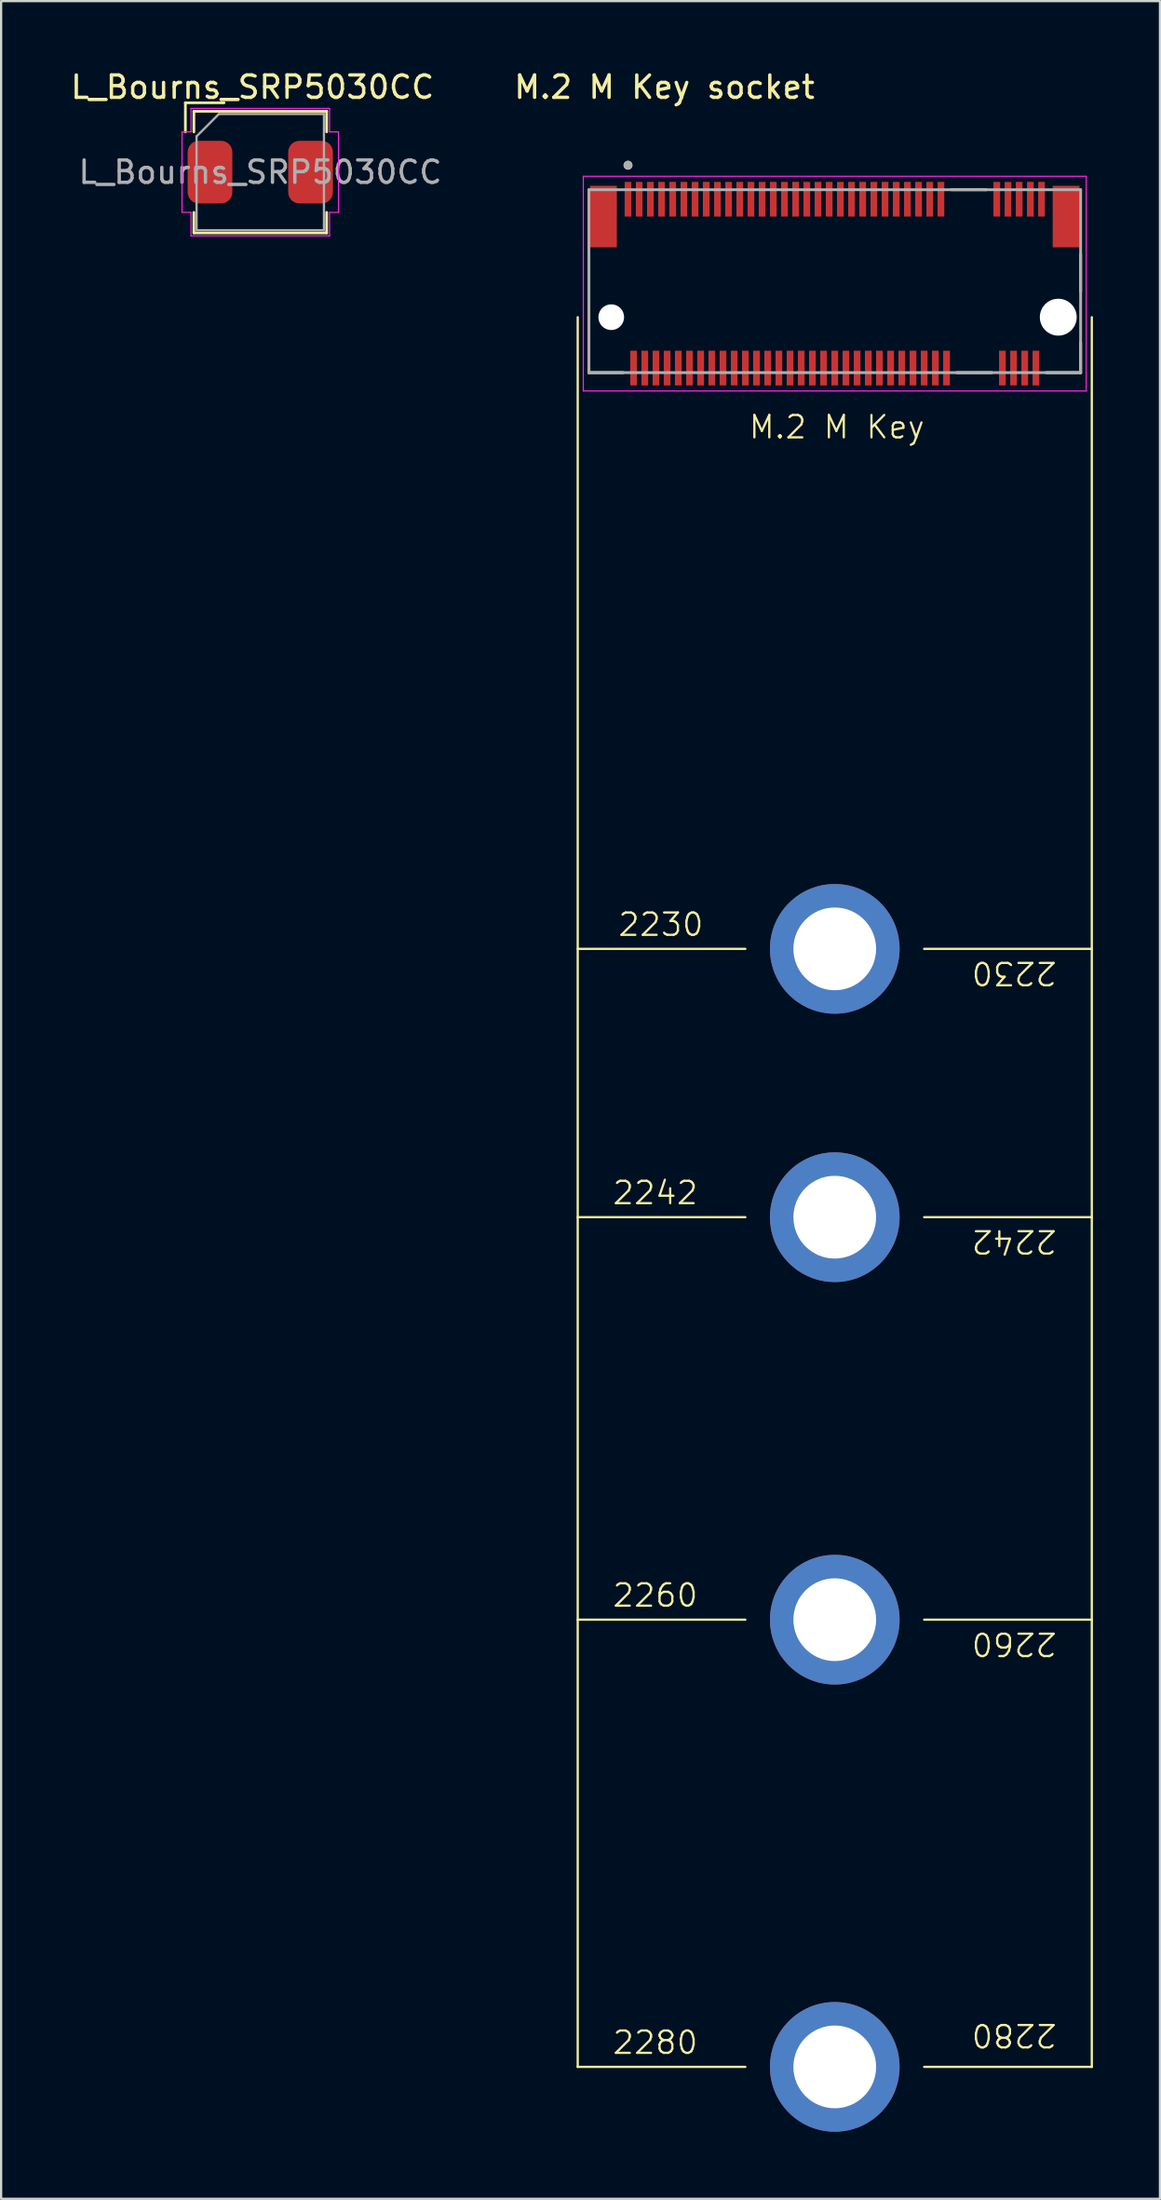
<source format=kicad_pcb>
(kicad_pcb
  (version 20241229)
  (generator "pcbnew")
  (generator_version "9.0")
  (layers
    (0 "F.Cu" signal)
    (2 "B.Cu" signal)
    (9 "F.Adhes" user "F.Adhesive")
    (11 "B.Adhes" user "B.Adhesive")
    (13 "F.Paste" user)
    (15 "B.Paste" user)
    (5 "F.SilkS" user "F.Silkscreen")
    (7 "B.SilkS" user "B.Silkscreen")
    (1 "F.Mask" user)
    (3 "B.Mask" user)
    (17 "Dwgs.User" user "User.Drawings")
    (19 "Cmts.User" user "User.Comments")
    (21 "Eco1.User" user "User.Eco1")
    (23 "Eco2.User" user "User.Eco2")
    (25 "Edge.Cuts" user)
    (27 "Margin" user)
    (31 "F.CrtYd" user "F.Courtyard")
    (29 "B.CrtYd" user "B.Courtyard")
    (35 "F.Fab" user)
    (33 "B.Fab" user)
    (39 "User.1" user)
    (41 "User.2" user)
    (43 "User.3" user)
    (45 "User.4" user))
  (footprint "L_Bourns_SRP5030CC"
    (layer "F.Cu")
    (at 8.594 4.648)
    (property "Reference" "L_Bourns_SRP5030CC" (at -0.35 -3.8 0) (layer "F.SilkS") (effects (font (size 1 1) (thickness 0.15))))
    (attr smd)
    (fp_line (start -3.35 -3.1) (end -1.62 -3.1) (stroke (width 0.12) (type solid)) (layer "F.SilkS"))
    (fp_line (start -3.35 -1.8) (end -3.35 -3.1) (stroke (width 0.12) (type solid)) (layer "F.SilkS"))
    (fp_line (start -2.97 -2.72) (end -2.97 -1.8) (stroke (width 0.12) (type solid)) (layer "F.SilkS"))
    (fp_line (start -2.97 -2.72) (end 2.97 -2.72) (stroke (width 0.12) (type solid)) (layer "F.SilkS"))
    (fp_line (start -2.97 1.8) (end -2.97 2.72) (stroke (width 0.12) (type solid)) (layer "F.SilkS"))
    (fp_line (start -2.97 2.72) (end 2.97 2.72) (stroke (width 0.12) (type solid)) (layer "F.SilkS"))
    (fp_line (start 2.97 -2.72) (end 2.97 -1.8) (stroke (width 0.12) (type solid)) (layer "F.SilkS"))
    (fp_line (start 2.97 1.8) (end 2.97 2.72) (stroke (width 0.12) (type solid)) (layer "F.SilkS"))
    (fp_line (start -3.5 -1.8) (end -3.1 -1.8) (stroke (width 0.05) (type default)) (layer "F.CrtYd"))
    (fp_line (start -3.5 1.8) (end -3.5 -1.8) (stroke (width 0.05) (type default)) (layer "F.CrtYd"))
    (fp_line (start -3.1 -2.85) (end -3.1 -1.8) (stroke (width 0.05) (type solid)) (layer "F.CrtYd"))
    (fp_line (start -3.1 -2.85) (end 3.1 -2.85) (stroke (width 0.05) (type solid)) (layer "F.CrtYd"))
    (fp_line (start -3.1 1.8) (end -3.5 1.8) (stroke (width 0.05) (type default)) (layer "F.CrtYd"))
    (fp_line (start -3.1 1.8) (end -3.1 2.85) (stroke (width 0.05) (type solid)) (layer "F.CrtYd"))
    (fp_line (start -3.1 2.85) (end 3.1 2.85) (stroke (width 0.05) (type solid)) (layer "F.CrtYd"))
    (fp_line (start 3.1 -2.85) (end 3.1 -1.8) (stroke (width 0.05) (type solid)) (layer "F.CrtYd"))
    (fp_line (start 3.1 -1.8) (end 3.5 -1.8) (stroke (width 0.05) (type default)) (layer "F.CrtYd"))
    (fp_line (start 3.1 1.8) (end 3.1 2.85) (stroke (width 0.05) (type solid)) (layer "F.CrtYd"))
    (fp_line (start 3.5 -1.8) (end 3.5 1.8) (stroke (width 0.05) (type default)) (layer "F.CrtYd"))
    (fp_line (start 3.5 1.8) (end 3.1 1.8) (stroke (width 0.05) (type default)) (layer "F.CrtYd"))
    (fp_line (start -2.85 -1.6) (end -1.85 -2.6) (stroke (width 0.1) (type solid)) (layer "F.Fab"))
    (fp_line (start -2.85 2.6) (end -2.85 -1.6) (stroke (width 0.1) (type solid)) (layer "F.Fab"))
    (fp_line (start -1.85 -2.6) (end 2.85 -2.6) (stroke (width 0.1) (type solid)) (layer "F.Fab"))
    (fp_line (start 2.85 -2.6) (end 2.85 2.6) (stroke (width 0.1) (type solid)) (layer "F.Fab"))
    (fp_line (start 2.85 2.6) (end -2.85 2.6) (stroke (width 0.1) (type solid)) (layer "F.Fab"))
    (fp_text user "${REFERENCE}" (at 0 0 0) (layer "F.Fab") (effects (font (size 1 1) (thickness 0.15))))
    (pad "1" smd roundrect (at -2.25 0) (size 2 2.8) (layers "F.Cu" "F.Mask" "F.Paste") (roundrect_rratio 0.25))
    (pad "2" smd roundrect (at 2.25 0) (size 2 2.8) (layers "F.Cu" "F.Mask" "F.Paste") (roundrect_rratio 0.25)))
  (footprint "M.2 M Key socket"
    (layer "F.Cu")
    (at 34.297 11.135)
    (property "Reference" "M.2 M Key socket" (at -7.62 -10.287 0) (layer "F.SilkS") (effects (font (size 1 1) (thickness 0.15))))
    (fp_line (start -11.5 0) (end -11.5 78.25) (stroke (width 0.1) (type default)) (layer "F.SilkS"))
    (fp_line (start -11.5 28.25) (end -4 28.25) (stroke (width 0.1) (type default)) (layer "F.SilkS"))
    (fp_line (start -11.5 40.25) (end -4 40.25) (stroke (width 0.1) (type default)) (layer "F.SilkS"))
    (fp_line (start -11.5 58.25) (end -4 58.25) (stroke (width 0.1) (type default)) (layer "F.SilkS"))
    (fp_line (start -11.5 78.25) (end -4 78.25) (stroke (width 0.1) (type default)) (layer "F.SilkS"))
    (fp_line (start -11 2.48) (end -11 -2.805) (stroke (width 0.127) (type solid)) (layer "F.SilkS"))
    (fp_line (start -9.47 2.48) (end -11 2.48) (stroke (width 0.127) (type solid)) (layer "F.SilkS"))
    (fp_line (start 4 28.25) (end 11.5 28.25) (stroke (width 0.1) (type default)) (layer "F.SilkS"))
    (fp_line (start 4 40.25) (end 11.5 40.25) (stroke (width 0.1) (type default)) (layer "F.SilkS"))
    (fp_line (start 4 58.25) (end 11.5 58.25) (stroke (width 0.1) (type default)) (layer "F.SilkS"))
    (fp_line (start 4 78.25) (end 11.5 78.25) (stroke (width 0.1) (type default)) (layer "F.SilkS"))
    (fp_line (start 5.213 -5.7) (end 6.777 -5.7) (stroke (width 0.127) (type solid)) (layer "F.SilkS"))
    (fp_line (start 5.463 2.48) (end 7.027 2.48) (stroke (width 0.127) (type solid)) (layer "F.SilkS"))
    (fp_line (start 11 -2.805) (end 11 -1.145) (stroke (width 0.127) (type solid)) (layer "F.SilkS"))
    (fp_line (start 11 2.48) (end 9.47 2.48) (stroke (width 0.127) (type solid)) (layer "F.SilkS"))
    (fp_line (start 11 2.48) (end 11 1.145) (stroke (width 0.127) (type solid)) (layer "F.SilkS"))
    (fp_line (start 11.5 78.25) (end 11.5 0) (stroke (width 0.1) (type default)) (layer "F.SilkS"))
    (fp_circle (center -9.25 -6.796) (end -9.15 -6.796) (stroke (width 0.2) (type solid)) (fill no) (layer "F.SilkS"))
    (fp_line (start -11.25 -6.3) (end -11.25 3.3) (stroke (width 0.05) (type solid)) (layer "F.CrtYd"))
    (fp_line (start -11.25 3.3) (end 11.25 3.3) (stroke (width 0.05) (type solid)) (layer "F.CrtYd"))
    (fp_line (start 11.25 -6.3) (end -11.25 -6.3) (stroke (width 0.05) (type solid)) (layer "F.CrtYd"))
    (fp_line (start 11.25 3.3) (end 11.25 -6.3) (stroke (width 0.05) (type solid)) (layer "F.CrtYd"))
    (fp_line (start -11 -5.7) (end 11 -5.7) (stroke (width 0.127) (type solid)) (layer "F.Fab"))
    (fp_line (start -11 2.48) (end -11 -5.7) (stroke (width 0.127) (type solid)) (layer "F.Fab"))
    (fp_line (start 11 -5.7) (end 11 2.48) (stroke (width 0.127) (type solid)) (layer "F.Fab"))
    (fp_line (start 11 2.48) (end -11 2.48) (stroke (width 0.127) (type solid)) (layer "F.Fab"))
    (fp_circle (center -9.25 -6.796) (end -9.15 -6.796) (stroke (width 0.2) (type solid)) (fill no) (layer "F.Fab"))
    (fp_text user "2230" (at 10 28.75 180) (unlocked yes) (layer "F.SilkS") (effects (font (size 1 1) (thickness 0.1)) (justify left bottom)))
    (fp_text user "2230" (at -9.75 27.75 0) (unlocked yes) (layer "F.SilkS") (effects (font (size 1 1) (thickness 0.1)) (justify left bottom)))
    (fp_text user "2260" (at 10 58.75 180) (unlocked yes) (layer "F.SilkS") (effects (font (size 1 1) (thickness 0.1)) (justify left bottom)))
    (fp_text user "2280" (at 10 76.25 180) (unlocked yes) (layer "F.SilkS") (effects (font (size 1 1) (thickness 0.1)) (justify left bottom)))
    (fp_text user "2260" (at -10 57.75 0) (unlocked yes) (layer "F.SilkS") (effects (font (size 1 1) (thickness 0.1)) (justify left bottom)))
    (fp_text user "2280" (at -10 77.75 0) (unlocked yes) (layer "F.SilkS") (effects (font (size 1 1) (thickness 0.1)) (justify left bottom)))
    (fp_text user "2242" (at 10 40.75 180) (unlocked yes) (layer "F.SilkS") (effects (font (size 1 1) (thickness 0.1)) (justify left bottom)))
    (fp_text user "M.2 M Key" (at -3.9 5.5 0) (unlocked yes) (layer "F.SilkS") (effects (font (size 1 1) (thickness 0.1)) (justify left bottom)))
    (fp_text user "2242" (at -10 39.75 0) (unlocked yes) (layer "F.SilkS") (effects (font (size 1 1) (thickness 0.1)) (justify left bottom)))
    (pad "" np_thru_hole circle (at -10 0) (size 1.15 1.15) (drill 1.15) (layers "*.Cu" "*.Mask"))
    (pad "" np_thru_hole circle (at 10 0) (size 1.65 1.65) (drill 1.65) (layers "*.Cu" "*.Mask"))
    (pad "1" smd rect (at -9.25 -5.275) (size 0.3 1.55) (layers "F.Cu" "F.Mask" "F.Paste"))
    (pad "2" smd rect (at -9 2.275) (size 0.3 1.55) (layers "F.Cu" "F.Mask" "F.Paste"))
    (pad "3" smd rect (at -8.75 -5.275) (size 0.3 1.55) (layers "F.Cu" "F.Mask" "F.Paste"))
    (pad "4" smd rect (at -8.5 2.275) (size 0.3 1.55) (layers "F.Cu" "F.Mask" "F.Paste"))
    (pad "5" smd rect (at -8.25 -5.275) (size 0.3 1.55) (layers "F.Cu" "F.Mask" "F.Paste"))
    (pad "6" smd rect (at -8 2.275) (size 0.3 1.55) (layers "F.Cu" "F.Mask" "F.Paste"))
    (pad "7" smd rect (at -7.75 -5.275) (size 0.3 1.55) (layers "F.Cu" "F.Mask" "F.Paste"))
    (pad "8" smd rect (at -7.5 2.275) (size 0.3 1.55) (layers "F.Cu" "F.Mask" "F.Paste"))
    (pad "9" smd rect (at -7.25 -5.275) (size 0.3 1.55) (layers "F.Cu" "F.Mask" "F.Paste"))
    (pad "10" smd rect (at -7 2.275) (size 0.3 1.55) (layers "F.Cu" "F.Mask" "F.Paste"))
    (pad "11" smd rect (at -6.75 -5.275) (size 0.3 1.55) (layers "F.Cu" "F.Mask" "F.Paste"))
    (pad "12" smd rect (at -6.5 2.275) (size 0.3 1.55) (layers "F.Cu" "F.Mask" "F.Paste"))
    (pad "13" smd rect (at -6.25 -5.275) (size 0.3 1.55) (layers "F.Cu" "F.Mask" "F.Paste"))
    (pad "14" smd rect (at -6 2.275) (size 0.3 1.55) (layers "F.Cu" "F.Mask" "F.Paste"))
    (pad "15" smd rect (at -5.75 -5.275) (size 0.3 1.55) (layers "F.Cu" "F.Mask" "F.Paste"))
    (pad "16" smd rect (at -5.5 2.275) (size 0.3 1.55) (layers "F.Cu" "F.Mask" "F.Paste"))
    (pad "17" smd rect (at -5.25 -5.275) (size 0.3 1.55) (layers "F.Cu" "F.Mask" "F.Paste"))
    (pad "18" smd rect (at -5 2.275) (size 0.3 1.55) (layers "F.Cu" "F.Mask" "F.Paste"))
    (pad "19" smd rect (at -4.75 -5.275) (size 0.3 1.55) (layers "F.Cu" "F.Mask" "F.Paste"))
    (pad "20" smd rect (at -4.5 2.275) (size 0.3 1.55) (layers "F.Cu" "F.Mask" "F.Paste"))
    (pad "21" smd rect (at -4.25 -5.275) (size 0.3 1.55) (layers "F.Cu" "F.Mask" "F.Paste"))
    (pad "22" smd rect (at -4 2.275) (size 0.3 1.55) (layers "F.Cu" "F.Mask" "F.Paste"))
    (pad "23" smd rect (at -3.75 -5.275) (size 0.3 1.55) (layers "F.Cu" "F.Mask" "F.Paste"))
    (pad "24" smd rect (at -3.5 2.275) (size 0.3 1.55) (layers "F.Cu" "F.Mask" "F.Paste"))
    (pad "25" smd rect (at -3.25 -5.275) (size 0.3 1.55) (layers "F.Cu" "F.Mask" "F.Paste"))
    (pad "26" smd rect (at -3 2.275) (size 0.3 1.55) (layers "F.Cu" "F.Mask" "F.Paste"))
    (pad "27" smd rect (at -2.75 -5.275) (size 0.3 1.55) (layers "F.Cu" "F.Mask" "F.Paste"))
    (pad "28" smd rect (at -2.5 2.275) (size 0.3 1.55) (layers "F.Cu" "F.Mask" "F.Paste"))
    (pad "29" smd rect (at -2.25 -5.275) (size 0.3 1.55) (layers "F.Cu" "F.Mask" "F.Paste"))
    (pad "30" smd rect (at -2 2.275) (size 0.3 1.55) (layers "F.Cu" "F.Mask" "F.Paste"))
    (pad "31" smd rect (at -1.75 -5.275) (size 0.3 1.55) (layers "F.Cu" "F.Mask" "F.Paste"))
    (pad "32" smd rect (at -1.5 2.275) (size 0.3 1.55) (layers "F.Cu" "F.Mask" "F.Paste"))
    (pad "33" smd rect (at -1.25 -5.275) (size 0.3 1.55) (layers "F.Cu" "F.Mask" "F.Paste"))
    (pad "34" smd rect (at -1 2.275) (size 0.3 1.55) (layers "F.Cu" "F.Mask" "F.Paste"))
    (pad "35" smd rect (at -0.75 -5.275) (size 0.3 1.55) (layers "F.Cu" "F.Mask" "F.Paste"))
    (pad "36" smd rect (at -0.5 2.275) (size 0.3 1.55) (layers "F.Cu" "F.Mask" "F.Paste"))
    (pad "37" smd rect (at -0.25 -5.275) (size 0.3 1.55) (layers "F.Cu" "F.Mask" "F.Paste"))
    (pad "38" smd rect (at 0 2.275) (size 0.3 1.55) (layers "F.Cu" "F.Mask" "F.Paste"))
    (pad "39" smd rect (at 0.25 -5.275) (size 0.3 1.55) (layers "F.Cu" "F.Mask" "F.Paste"))
    (pad "40" smd rect (at 0.5 2.275) (size 0.3 1.55) (layers "F.Cu" "F.Mask" "F.Paste"))
    (pad "41" smd rect (at 0.75 -5.275) (size 0.3 1.55) (layers "F.Cu" "F.Mask" "F.Paste"))
    (pad "42" smd rect (at 1 2.275) (size 0.3 1.55) (layers "F.Cu" "F.Mask" "F.Paste"))
    (pad "43" smd rect (at 1.25 -5.275) (size 0.3 1.55) (layers "F.Cu" "F.Mask" "F.Paste"))
    (pad "44" smd rect (at 1.5 2.275) (size 0.3 1.55) (layers "F.Cu" "F.Mask" "F.Paste"))
    (pad "45" smd rect (at 1.75 -5.275) (size 0.3 1.55) (layers "F.Cu" "F.Mask" "F.Paste"))
    (pad "46" smd rect (at 2 2.275) (size 0.3 1.55) (layers "F.Cu" "F.Mask" "F.Paste"))
    (pad "47" smd rect (at 2.25 -5.275) (size 0.3 1.55) (layers "F.Cu" "F.Mask" "F.Paste"))
    (pad "48" smd rect (at 2.5 2.275) (size 0.3 1.55) (layers "F.Cu" "F.Mask" "F.Paste"))
    (pad "49" smd rect (at 2.75 -5.275) (size 0.3 1.55) (layers "F.Cu" "F.Mask" "F.Paste"))
    (pad "50" smd rect (at 3 2.275) (size 0.3 1.55) (layers "F.Cu" "F.Mask" "F.Paste"))
    (pad "51" smd rect (at 3.25 -5.275) (size 0.3 1.55) (layers "F.Cu" "F.Mask" "F.Paste"))
    (pad "52" smd rect (at 3.5 2.275) (size 0.3 1.55) (layers "F.Cu" "F.Mask" "F.Paste"))
    (pad "53" smd rect (at 3.75 -5.275) (size 0.3 1.55) (layers "F.Cu" "F.Mask" "F.Paste"))
    (pad "54" smd rect (at 4 2.275) (size 0.3 1.55) (layers "F.Cu" "F.Mask" "F.Paste"))
    (pad "55" smd rect (at 4.25 -5.275) (size 0.3 1.55) (layers "F.Cu" "F.Mask" "F.Paste"))
    (pad "56" smd rect (at 4.5 2.275) (size 0.3 1.55) (layers "F.Cu" "F.Mask" "F.Paste"))
    (pad "57" smd rect (at 4.75 -5.275) (size 0.3 1.55) (layers "F.Cu" "F.Mask" "F.Paste"))
    (pad "58" smd rect (at 5 2.275) (size 0.3 1.55) (layers "F.Cu" "F.Mask" "F.Paste"))
    (pad "67" smd rect (at 7.25 -5.275) (size 0.3 1.55) (layers "F.Cu" "F.Mask" "F.Paste"))
    (pad "68" smd rect (at 7.5 2.275) (size 0.3 1.55) (layers "F.Cu" "F.Mask" "F.Paste"))
    (pad "69" smd rect (at 7.75 -5.275) (size 0.3 1.55) (layers "F.Cu" "F.Mask" "F.Paste"))
    (pad "70" smd rect (at 8 2.275) (size 0.3 1.55) (layers "F.Cu" "F.Mask" "F.Paste"))
    (pad "71" smd rect (at 8.25 -5.275) (size 0.3 1.55) (layers "F.Cu" "F.Mask" "F.Paste"))
    (pad "72" smd rect (at 8.5 2.275) (size 0.3 1.55) (layers "F.Cu" "F.Mask" "F.Paste"))
    (pad "73" smd rect (at 8.75 -5.275) (size 0.3 1.55) (layers "F.Cu" "F.Mask" "F.Paste"))
    (pad "74" smd rect (at 9 2.275) (size 0.3 1.55) (layers "F.Cu" "F.Mask" "F.Paste"))
    (pad "75" smd rect (at 9.25 -5.275) (size 0.3 1.55) (layers "F.Cu" "F.Mask" "F.Paste"))
    (pad "M1" thru_hole circle (at 0 28.25) (size 5.8 5.8) (drill 3.7) (layers "*.Cu" "*.Mask"))
    (pad "M2" thru_hole circle (at 0 40.25) (size 5.8 5.8) (drill 3.7) (layers "*.Cu" "*.Mask"))
    (pad "M3" thru_hole circle (at 0 58.25) (size 5.8 5.8) (drill 3.7) (layers "*.Cu" "*.Mask"))
    (pad "M4" thru_hole circle (at 0 78.25) (size 5.8 5.8) (drill 3.7) (layers "*.Cu" "*.Mask"))
    (pad "S1" smd rect (at -10.35 -4.5) (size 1.2 2.75) (layers "F.Cu" "F.Mask" "F.Paste"))
    (pad "S2" smd rect (at 10.35 -4.5) (size 1.2 2.75) (layers "F.Cu" "F.Mask" "F.Paste")))
  (gr_rect
    (start -3 -3)
    (end 48.847 95.285)
    (stroke (width 0.1) (type default))
    (fill no)
    (layer "Edge.Cuts")))
</source>
